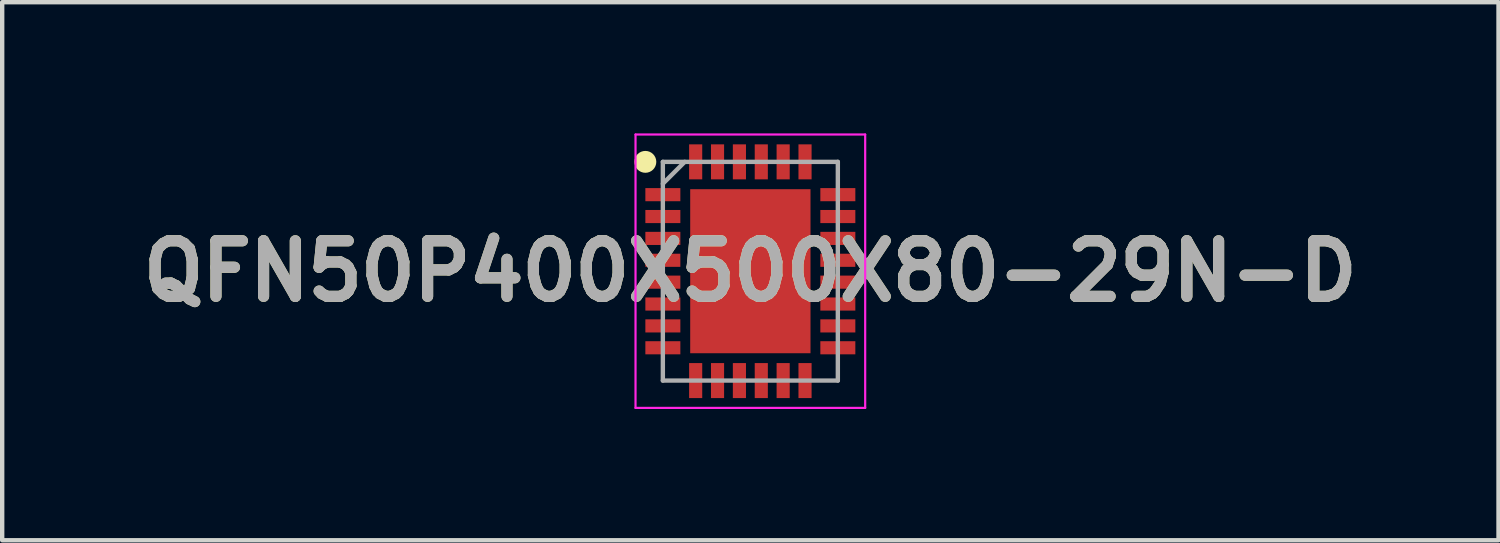
<source format=kicad_pcb>
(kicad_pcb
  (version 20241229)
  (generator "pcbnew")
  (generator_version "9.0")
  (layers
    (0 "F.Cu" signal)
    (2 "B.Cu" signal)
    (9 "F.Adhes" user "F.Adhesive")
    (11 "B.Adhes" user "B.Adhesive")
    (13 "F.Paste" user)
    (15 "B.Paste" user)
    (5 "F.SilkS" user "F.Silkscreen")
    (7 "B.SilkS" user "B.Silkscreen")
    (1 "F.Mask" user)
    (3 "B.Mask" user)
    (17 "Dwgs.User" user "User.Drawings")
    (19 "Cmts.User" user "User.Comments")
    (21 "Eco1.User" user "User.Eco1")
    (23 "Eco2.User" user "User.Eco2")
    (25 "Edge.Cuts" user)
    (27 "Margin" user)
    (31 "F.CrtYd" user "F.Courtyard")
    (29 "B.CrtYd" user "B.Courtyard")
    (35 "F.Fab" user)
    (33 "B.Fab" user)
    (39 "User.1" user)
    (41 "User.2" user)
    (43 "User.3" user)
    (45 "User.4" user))
  (footprint "QFN50P400X500X80-29N-D"
    (layer "F.Cu")
    (at 14.103 3.15)
    (property "Reference" "QFN50P400X500X80-29N-D" (at 0 0 0) (layer "F.SilkS") (effects (font (size 1.27 1.27) (thickness 0.254))))
    (attr smd)
    (fp_circle (center -2.4 -2.5) (end -2.4 -2.375) (stroke (width 0.25) (type solid)) (fill no) (layer "F.SilkS"))
    (fp_line (start -2.625 -3.125) (end 2.625 -3.125) (stroke (width 0.05) (type solid)) (layer "F.CrtYd"))
    (fp_line (start -2.625 3.125) (end -2.625 -3.125) (stroke (width 0.05) (type solid)) (layer "F.CrtYd"))
    (fp_line (start 2.625 -3.125) (end 2.625 3.125) (stroke (width 0.05) (type solid)) (layer "F.CrtYd"))
    (fp_line (start 2.625 3.125) (end -2.625 3.125) (stroke (width 0.05) (type solid)) (layer "F.CrtYd"))
    (fp_line (start -2 -2.5) (end 2 -2.5) (stroke (width 0.1) (type solid)) (layer "F.Fab"))
    (fp_line (start -2 -2) (end -1.5 -2.5) (stroke (width 0.1) (type solid)) (layer "F.Fab"))
    (fp_line (start -2 2.5) (end -2 -2.5) (stroke (width 0.1) (type solid)) (layer "F.Fab"))
    (fp_line (start 2 -2.5) (end 2 2.5) (stroke (width 0.1) (type solid)) (layer "F.Fab"))
    (fp_line (start 2 2.5) (end -2 2.5) (stroke (width 0.1) (type solid)) (layer "F.Fab"))
    (fp_text user "${REFERENCE}" (at 0 0 0) (layer "F.Fab") (effects (font (size 1.27 1.27) (thickness 0.254))))
    (pad "1" smd rect (at -2 -1.75 90) (size 0.3 0.8) (layers "F.Cu" "F.Mask" "F.Paste"))
    (pad "2" smd rect (at -2 -1.25 90) (size 0.3 0.8) (layers "F.Cu" "F.Mask" "F.Paste"))
    (pad "3" smd rect (at -2 -0.75 90) (size 0.3 0.8) (layers "F.Cu" "F.Mask" "F.Paste"))
    (pad "4" smd rect (at -2 -0.25 90) (size 0.3 0.8) (layers "F.Cu" "F.Mask" "F.Paste"))
    (pad "5" smd rect (at -2 0.25 90) (size 0.3 0.8) (layers "F.Cu" "F.Mask" "F.Paste"))
    (pad "6" smd rect (at -2 0.75 90) (size 0.3 0.8) (layers "F.Cu" "F.Mask" "F.Paste"))
    (pad "7" smd rect (at -2 1.25 90) (size 0.3 0.8) (layers "F.Cu" "F.Mask" "F.Paste"))
    (pad "8" smd rect (at -2 1.75 90) (size 0.3 0.8) (layers "F.Cu" "F.Mask" "F.Paste"))
    (pad "9" smd rect (at -1.25 2.5) (size 0.3 0.8) (layers "F.Cu" "F.Mask" "F.Paste"))
    (pad "10" smd rect (at -0.75 2.5) (size 0.3 0.8) (layers "F.Cu" "F.Mask" "F.Paste"))
    (pad "11" smd rect (at -0.25 2.5) (size 0.3 0.8) (layers "F.Cu" "F.Mask" "F.Paste"))
    (pad "12" smd rect (at 0.25 2.5) (size 0.3 0.8) (layers "F.Cu" "F.Mask" "F.Paste"))
    (pad "13" smd rect (at 0.75 2.5) (size 0.3 0.8) (layers "F.Cu" "F.Mask" "F.Paste"))
    (pad "14" smd rect (at 1.25 2.5) (size 0.3 0.8) (layers "F.Cu" "F.Mask" "F.Paste"))
    (pad "15" smd rect (at 2 1.75 90) (size 0.3 0.8) (layers "F.Cu" "F.Mask" "F.Paste"))
    (pad "16" smd rect (at 2 1.25 90) (size 0.3 0.8) (layers "F.Cu" "F.Mask" "F.Paste"))
    (pad "17" smd rect (at 2 0.75 90) (size 0.3 0.8) (layers "F.Cu" "F.Mask" "F.Paste"))
    (pad "18" smd rect (at 2 0.25 90) (size 0.3 0.8) (layers "F.Cu" "F.Mask" "F.Paste"))
    (pad "19" smd rect (at 2 -0.25 90) (size 0.3 0.8) (layers "F.Cu" "F.Mask" "F.Paste"))
    (pad "20" smd rect (at 2 -0.75 90) (size 0.3 0.8) (layers "F.Cu" "F.Mask" "F.Paste"))
    (pad "21" smd rect (at 2 -1.25 90) (size 0.3 0.8) (layers "F.Cu" "F.Mask" "F.Paste"))
    (pad "22" smd rect (at 2 -1.75 90) (size 0.3 0.8) (layers "F.Cu" "F.Mask" "F.Paste"))
    (pad "23" smd rect (at 1.25 -2.5) (size 0.3 0.8) (layers "F.Cu" "F.Mask" "F.Paste"))
    (pad "24" smd rect (at 0.75 -2.5) (size 0.3 0.8) (layers "F.Cu" "F.Mask" "F.Paste"))
    (pad "25" smd rect (at 0.25 -2.5) (size 0.3 0.8) (layers "F.Cu" "F.Mask" "F.Paste"))
    (pad "26" smd rect (at -0.25 -2.5) (size 0.3 0.8) (layers "F.Cu" "F.Mask" "F.Paste"))
    (pad "27" smd rect (at -0.75 -2.5) (size 0.3 0.8) (layers "F.Cu" "F.Mask" "F.Paste"))
    (pad "28" smd rect (at -1.25 -2.5) (size 0.3 0.8) (layers "F.Cu" "F.Mask" "F.Paste"))
    (pad "29" smd rect (at 0 0) (size 2.75 3.75) (layers "F.Cu" "F.Mask" "F.Paste")))
  (gr_rect
    (start -3 -3)
    (end 31.206 9.3)
    (stroke (width 0.1) (type default))
    (fill no)
    (layer "Edge.Cuts")))
</source>
